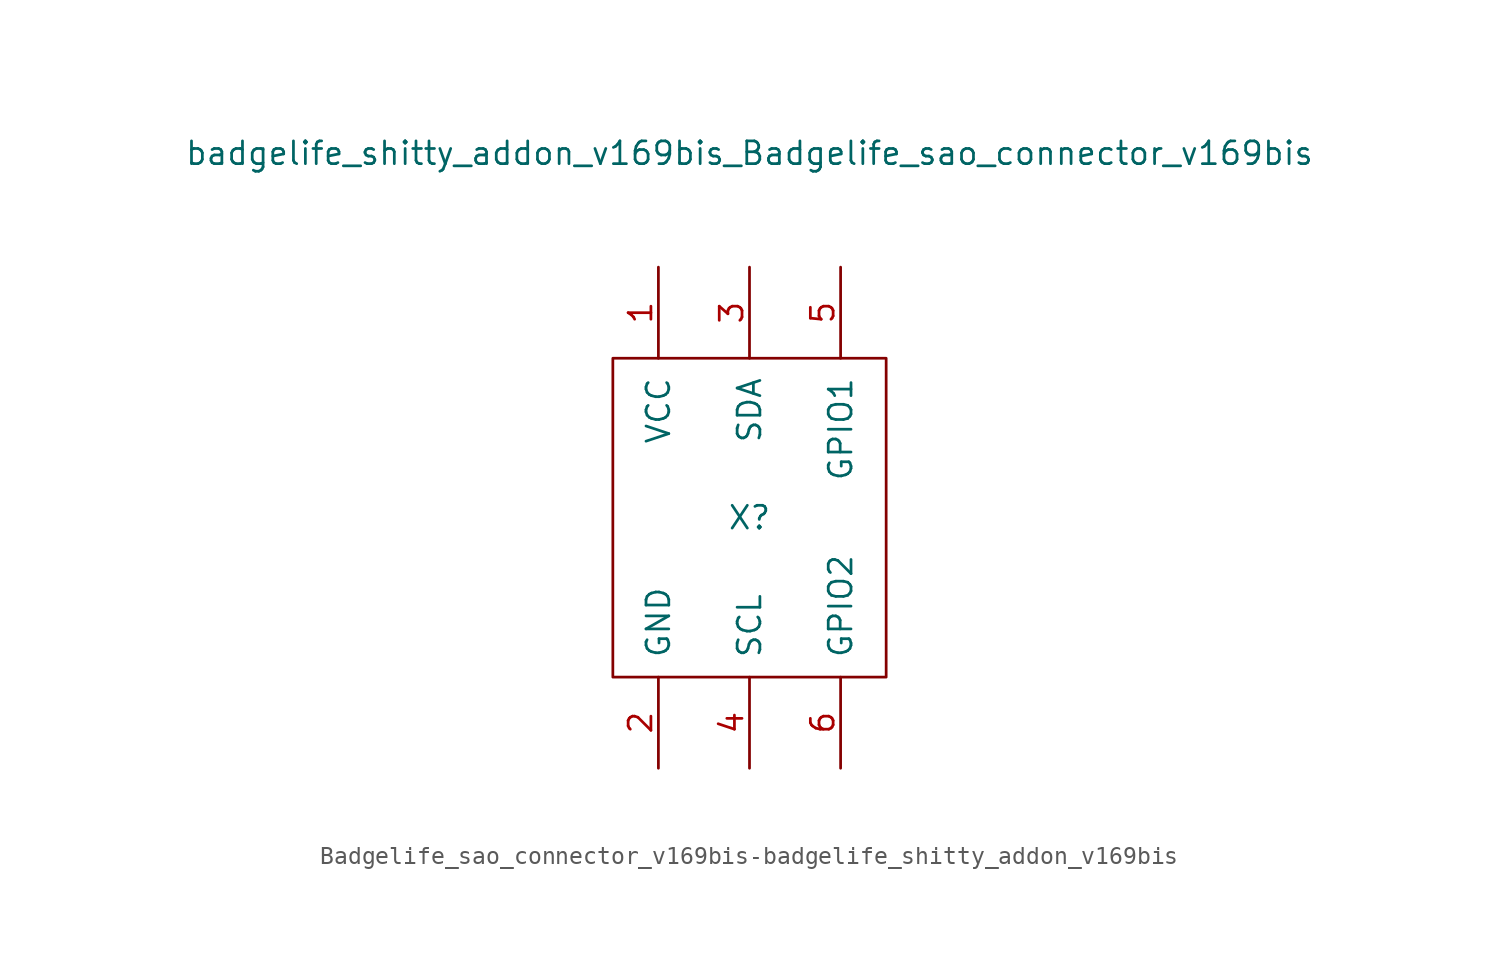
<source format=kicad_sym>
(kicad_symbol_lib
  (version 20231120)
  (generator "kicad_symbol_editor")
  (generator_version "8.0")
  (symbol "Badgelife_sao_connector_v169bis-badgelife_shitty_addon_v169bis"
    (pin_names
      (offset 1.016))
    (property "Reference" "X"
      (at 0 0 0)
      (effects (font (size 1.27 1.27))))
    (property "Value" "badgelife_shitty_addon_v169bis_Badgelife_sao_connector_v169bis"
      (at 0 20.32 0)
      (effects (font (size 1.27 1.27))))
    (symbol "Badgelife_sao_connector_v169bis-badgelife_shitty_addon_v169bis_0_1"
      (rectangle (start -7.62 8.89) (end 7.62 -8.89) (stroke (width 0) (type solid)) (fill (type none))))
    (symbol "Badgelife_sao_connector_v169bis-badgelife_shitty_addon_v169bis_1_1"
      (pin input line (at -5.08 13.97 270) (length 5.08) (name "VCC" (effects (font (size 1.27 1.27)))) (number "1" (effects (font (size 1.27 1.27)))))
      (pin input line (at -5.08 -13.97 90) (length 5.08) (name "GND" (effects (font (size 1.27 1.27)))) (number "2" (effects (font (size 1.27 1.27)))))
      (pin input line (at 0 13.97 270) (length 5.08) (name "SDA" (effects (font (size 1.27 1.27)))) (number "3" (effects (font (size 1.27 1.27)))))
      (pin input line (at 0 -13.97 90) (length 5.08) (name "SCL" (effects (font (size 1.27 1.27)))) (number "4" (effects (font (size 1.27 1.27)))))
      (pin input line (at 5.08 13.97 270) (length 5.08) (name "GPIO1" (effects (font (size 1.27 1.27)))) (number "5" (effects (font (size 1.27 1.27)))))
      (pin input line (at 5.08 -13.97 90) (length 5.08) (name "GPIO2" (effects (font (size 1.27 1.27)))) (number "6" (effects (font (size 1.27 1.27))))))))
</source>
